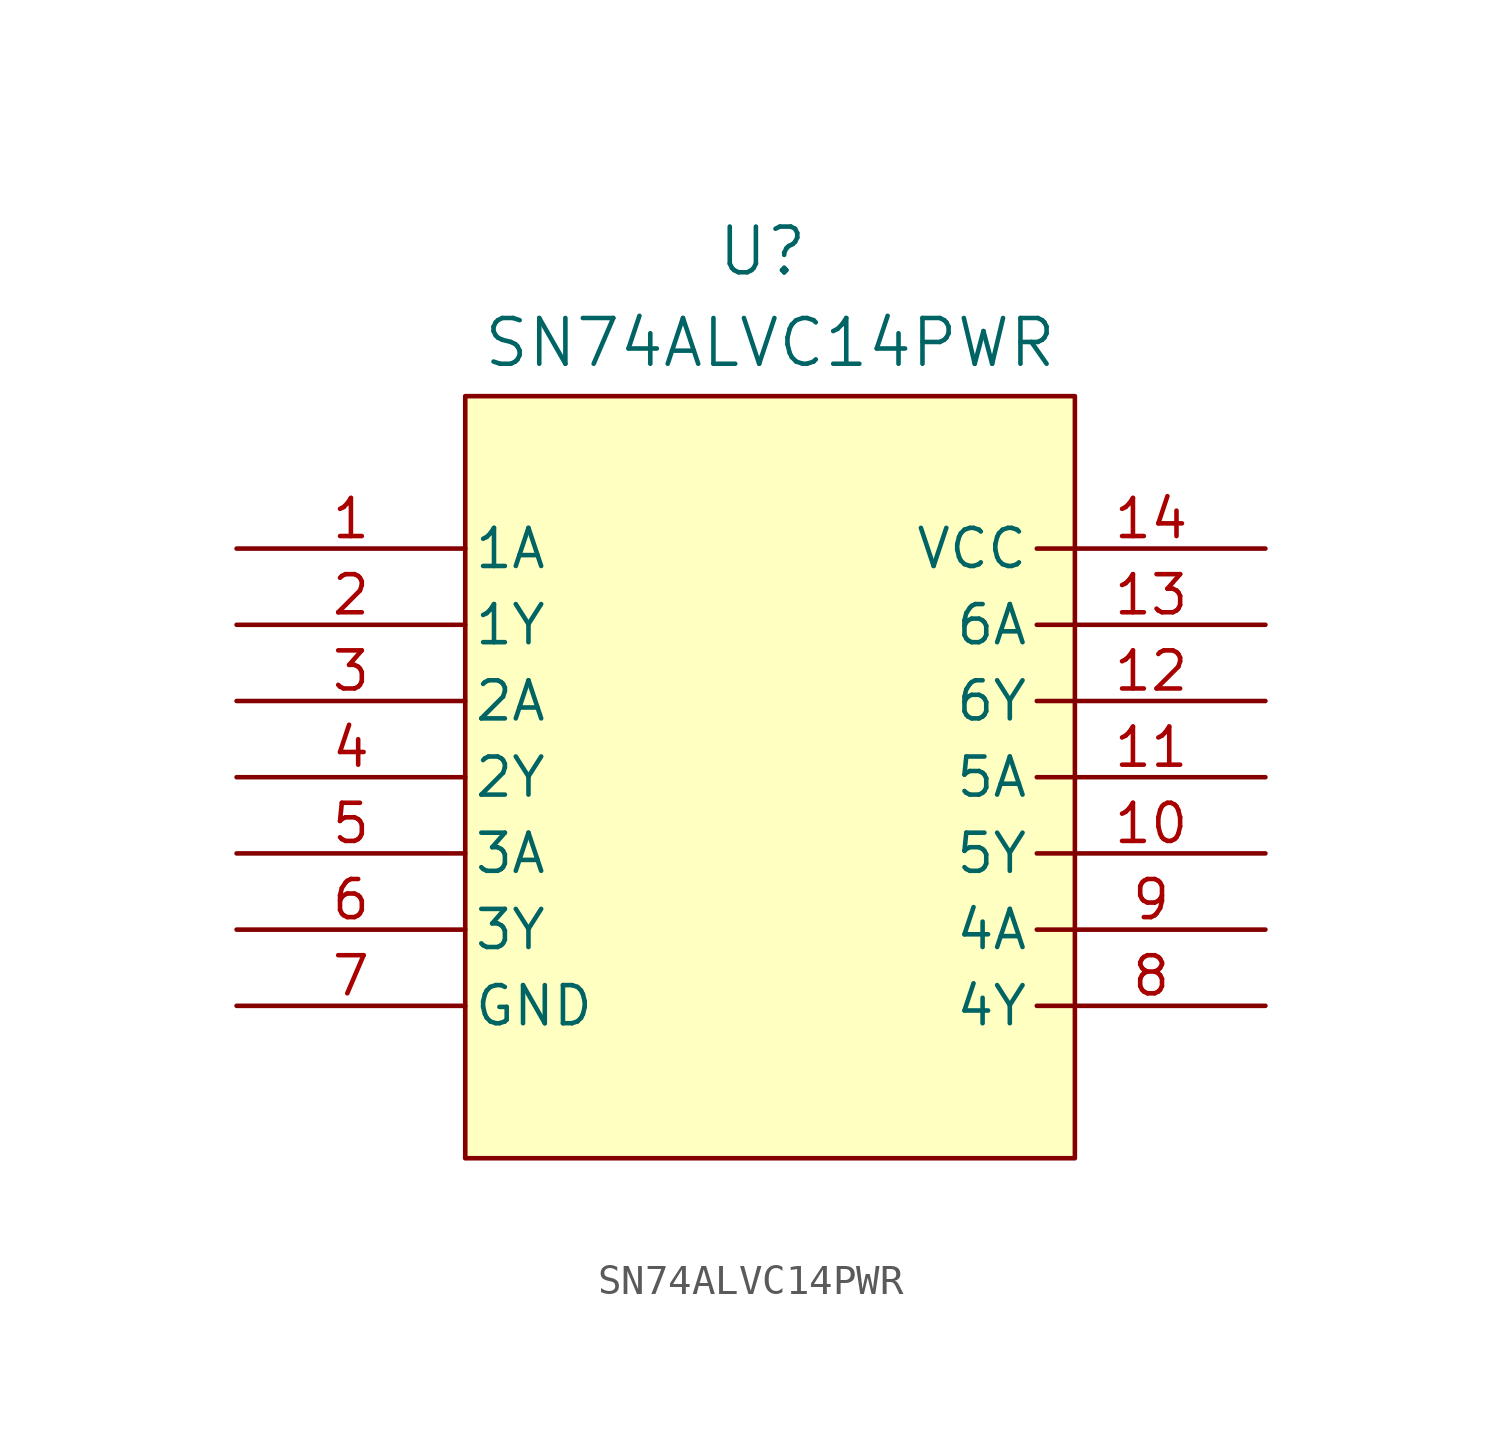
<source format=kicad_sym>
(kicad_symbol_lib
  (version 20231120)
  (generator "kicad_symbol_editor")
  (generator_version "8.0")
  (symbol "SN74ALVC14PWR"
    (pin_names
      (offset 0.254))
    (property "Reference" "U"
      (at 27.686 4.826 0)
      (effects (font (size 1.524 1.524))))
    (property "Value" "SN74ALVC14PWR"
      (at 27.94 1.778 0)
      (effects (font (size 1.524 1.524))))
    (property "ki_locked" ""
      (at 0 0 0)
      (effects (font (size 1.27 1.27))))
    (symbol "SN74ALVC14PWR_0_1"
      (polyline (pts (xy 17.78 0) (xy 17.78 -25.4)) (stroke (width 0.127) (type default)) (fill (type none)))
      (pin input line (at 10.16 -5.08 0) (length 7.62) (name "1A" (effects (font (size 1.27 1.27)))) (number "1" (effects (font (size 1.27 1.27)))))
      (pin output line (at 44.45 -15.24 180) (length 7.62) (name "5Y" (effects (font (size 1.27 1.27)))) (number "10" (effects (font (size 1.27 1.27)))))
      (pin input line (at 44.45 -12.7 180) (length 7.62) (name "5A" (effects (font (size 1.27 1.27)))) (number "11" (effects (font (size 1.27 1.27)))))
      (pin output line (at 44.45 -10.16 180) (length 7.62) (name "6Y" (effects (font (size 1.27 1.27)))) (number "12" (effects (font (size 1.27 1.27)))))
      (pin input line (at 44.45 -7.62 180) (length 7.62) (name "6A" (effects (font (size 1.27 1.27)))) (number "13" (effects (font (size 1.27 1.27)))))
      (pin power_in line (at 44.45 -5.08 180) (length 7.62) (name "VCC" (effects (font (size 1.27 1.27)))) (number "14" (effects (font (size 1.27 1.27)))))
      (pin output line (at 10.16 -7.62 0) (length 7.62) (name "1Y" (effects (font (size 1.27 1.27)))) (number "2" (effects (font (size 1.27 1.27)))))
      (pin input line (at 10.16 -10.16 0) (length 7.62) (name "2A" (effects (font (size 1.27 1.27)))) (number "3" (effects (font (size 1.27 1.27)))))
      (pin output line (at 10.16 -12.7 0) (length 7.62) (name "2Y" (effects (font (size 1.27 1.27)))) (number "4" (effects (font (size 1.27 1.27)))))
      (pin input line (at 10.16 -15.24 0) (length 7.62) (name "3A" (effects (font (size 1.27 1.27)))) (number "5" (effects (font (size 1.27 1.27)))))
      (pin output line (at 10.16 -17.78 0) (length 7.62) (name "3Y" (effects (font (size 1.27 1.27)))) (number "6" (effects (font (size 1.27 1.27)))))
      (pin power_in line (at 10.16 -20.32 0) (length 7.62) (name "GND" (effects (font (size 1.27 1.27)))) (number "7" (effects (font (size 1.27 1.27)))))
      (pin output line (at 44.45 -20.32 180) (length 7.62) (name "4Y" (effects (font (size 1.27 1.27)))) (number "8" (effects (font (size 1.27 1.27)))))
      (pin input line (at 44.45 -17.78 180) (length 7.62) (name "4A" (effects (font (size 1.27 1.27)))) (number "9" (effects (font (size 1.27 1.27))))))
    (symbol "SN74ALVC14PWR_1_1"
      (rectangle (start 17.78 0) (end 38.1 -25.4) (stroke (width 0) (type default)) (fill (type background))))))
</source>
